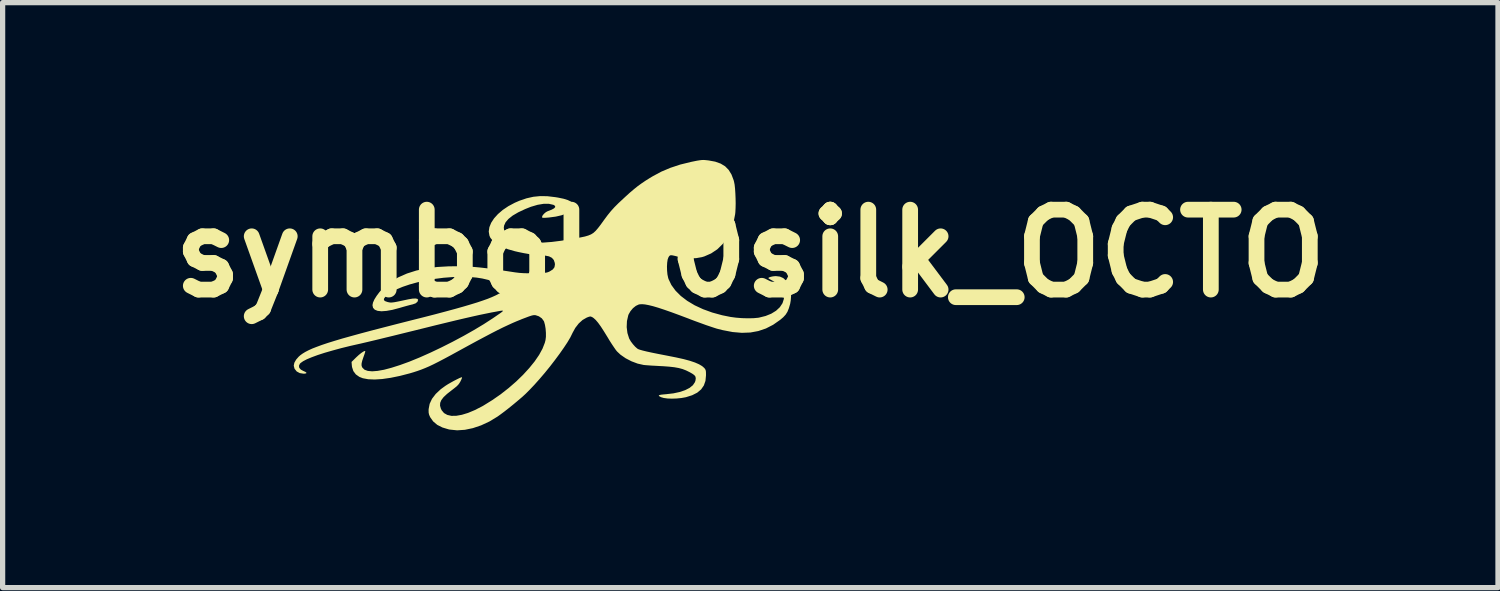
<source format=kicad_pcb>
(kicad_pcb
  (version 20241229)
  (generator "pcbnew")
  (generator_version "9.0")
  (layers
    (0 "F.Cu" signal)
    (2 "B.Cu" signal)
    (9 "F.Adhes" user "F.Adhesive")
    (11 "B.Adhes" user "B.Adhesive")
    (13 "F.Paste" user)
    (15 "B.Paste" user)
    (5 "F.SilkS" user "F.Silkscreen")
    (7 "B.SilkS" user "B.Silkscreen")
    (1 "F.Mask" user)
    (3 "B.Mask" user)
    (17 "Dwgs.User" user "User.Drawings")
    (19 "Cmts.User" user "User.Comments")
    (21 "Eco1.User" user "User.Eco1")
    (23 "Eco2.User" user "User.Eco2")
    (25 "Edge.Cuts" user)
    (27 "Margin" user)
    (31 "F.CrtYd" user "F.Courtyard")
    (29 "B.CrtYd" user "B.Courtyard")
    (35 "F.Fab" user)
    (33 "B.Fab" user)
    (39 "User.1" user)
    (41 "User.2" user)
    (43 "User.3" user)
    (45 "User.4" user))
  (footprint "symbol10silk_OCTO"
    (layer "F.Cu")
    (at 7.192 2.637)
    (property "Reference" "symbol10silk_OCTO" (at 4.064 -0.855 0) (layer "F.SilkS") (effects (font (size 1.524 1.524) (thickness 0.3))))
    (attr board_only exclude_from_pos_files exclude_from_bom)
    (fp_poly (pts (xy 3.223 -2.633) (xy 3.268 -2.628) (xy 3.394 -2.605) (xy 3.498 -2.568) (xy 3.583 -2.517) (xy 3.651 -2.448) (xy 3.705 -2.36) (xy 3.746 -2.252) (xy 3.754 -2.221) (xy 3.765 -2.166) (xy 3.773 -2.092) (xy 3.779 -2.003) (xy 3.783 -1.908) (xy 3.785 -1.811) (xy 3.783 -1.72) (xy 3.779 -1.641) (xy 3.775 -1.603) (xy 3.742 -1.436) (xy 3.69 -1.285) (xy 3.621 -1.149) (xy 3.535 -1.032) (xy 3.434 -0.933) (xy 3.317 -0.855) (xy 3.187 -0.798) (xy 3.14 -0.784) (xy 3.031 -0.765) (xy 2.911 -0.76) (xy 2.789 -0.771) (xy 2.692 -0.791) (xy 2.626 -0.808) (xy 2.58 -0.818) (xy 2.55 -0.821) (xy 2.53 -0.815) (xy 2.515 -0.8) (xy 2.503 -0.78) (xy 2.488 -0.739) (xy 2.479 -0.678) (xy 2.475 -0.606) (xy 2.477 -0.529) (xy 2.484 -0.454) (xy 2.498 -0.389) (xy 2.505 -0.366) (xy 2.559 -0.253) (xy 2.638 -0.145) (xy 2.739 -0.044) (xy 2.861 0.049) (xy 3.003 0.134) (xy 3.162 0.208) (xy 3.338 0.272) (xy 3.528 0.324) (xy 3.687 0.356) (xy 3.792 0.37) (xy 3.905 0.379) (xy 4.018 0.382) (xy 4.123 0.38) (xy 4.212 0.372) (xy 4.23 0.369) (xy 4.355 0.338) (xy 4.464 0.294) (xy 4.555 0.238) (xy 4.627 0.171) (xy 4.678 0.094) (xy 4.704 0.012) (xy 4.704 -0.06) (xy 4.681 -0.135) (xy 4.639 -0.207) (xy 4.58 -0.271) (xy 4.509 -0.323) (xy 4.494 -0.331) (xy 4.452 -0.354) (xy 4.421 -0.373) (xy 4.407 -0.384) (xy 4.407 -0.385) (xy 4.419 -0.396) (xy 4.45 -0.408) (xy 4.492 -0.417) (xy 4.538 -0.422) (xy 4.555 -0.422) (xy 4.629 -0.413) (xy 4.692 -0.385) (xy 4.747 -0.335) (xy 4.797 -0.262) (xy 4.81 -0.238) (xy 4.828 -0.185) (xy 4.838 -0.116) (xy 4.841 -0.038) (xy 4.835 0.041) (xy 4.824 0.106) (xy 4.799 0.191) (xy 4.772 0.258) (xy 4.738 0.312) (xy 4.692 0.362) (xy 4.633 0.412) (xy 4.5 0.505) (xy 4.362 0.576) (xy 4.217 0.625) (xy 4.065 0.653) (xy 3.902 0.659) (xy 3.727 0.644) (xy 3.539 0.608) (xy 3.424 0.579) (xy 3.374 0.563) (xy 3.305 0.54) (xy 3.219 0.511) (xy 3.123 0.476) (xy 3.021 0.439) (xy 2.917 0.4) (xy 2.89 0.389) (xy 2.712 0.322) (xy 2.557 0.265) (xy 2.422 0.218) (xy 2.307 0.18) (xy 2.209 0.151) (xy 2.127 0.131) (xy 2.059 0.118) (xy 2.004 0.113) (xy 1.959 0.115) (xy 1.937 0.119) (xy 1.882 0.145) (xy 1.827 0.189) (xy 1.779 0.246) (xy 1.744 0.307) (xy 1.737 0.325) (xy 1.712 0.435) (xy 1.707 0.55) (xy 1.721 0.663) (xy 1.753 0.764) (xy 1.757 0.773) (xy 1.786 0.823) (xy 1.826 0.876) (xy 1.869 0.924) (xy 1.909 0.959) (xy 1.925 0.969) (xy 1.957 0.981) (xy 2.013 0.997) (xy 2.091 1.016) (xy 2.188 1.037) (xy 2.301 1.06) (xy 2.43 1.085) (xy 2.481 1.095) (xy 2.648 1.128) (xy 2.792 1.16) (xy 2.911 1.192) (xy 3.009 1.225) (xy 3.087 1.259) (xy 3.146 1.294) (xy 3.185 1.328) (xy 3.202 1.349) (xy 3.213 1.372) (xy 3.218 1.402) (xy 3.219 1.449) (xy 3.219 1.471) (xy 3.209 1.575) (xy 3.178 1.663) (xy 3.126 1.738) (xy 3.052 1.8) (xy 2.955 1.849) (xy 2.835 1.887) (xy 2.834 1.887) (xy 2.75 1.902) (xy 2.66 1.911) (xy 2.569 1.914) (xy 2.485 1.911) (xy 2.413 1.901) (xy 2.362 1.886) (xy 2.33 1.869) (xy 2.318 1.857) (xy 2.328 1.847) (xy 2.359 1.839) (xy 2.415 1.833) (xy 2.461 1.829) (xy 2.598 1.813) (xy 2.719 1.787) (xy 2.822 1.752) (xy 2.906 1.709) (xy 2.969 1.658) (xy 3.008 1.6) (xy 3.019 1.567) (xy 3.024 1.526) (xy 3.018 1.494) (xy 2.997 1.466) (xy 2.958 1.438) (xy 2.907 1.409) (xy 2.84 1.376) (xy 2.773 1.35) (xy 2.699 1.33) (xy 2.615 1.315) (xy 2.516 1.304) (xy 2.396 1.295) (xy 2.349 1.293) (xy 2.265 1.288) (xy 2.185 1.284) (xy 2.117 1.279) (xy 2.064 1.275) (xy 2.032 1.272) (xy 1.916 1.246) (xy 1.799 1.202) (xy 1.687 1.144) (xy 1.589 1.076) (xy 1.523 1.014) (xy 1.498 0.983) (xy 1.464 0.934) (xy 1.423 0.873) (xy 1.379 0.804) (xy 1.345 0.747) (xy 1.274 0.632) (xy 1.214 0.539) (xy 1.162 0.467) (xy 1.117 0.414) (xy 1.077 0.378) (xy 1.059 0.365) (xy 1.033 0.352) (xy 1.013 0.347) (xy 0.989 0.352) (xy 0.951 0.366) (xy 0.944 0.369) (xy 0.866 0.414) (xy 0.793 0.48) (xy 0.727 0.565) (xy 0.673 0.663) (xy 0.67 0.67) (xy 0.632 0.747) (xy 0.577 0.84) (xy 0.508 0.944) (xy 0.428 1.058) (xy 0.339 1.178) (xy 0.245 1.3) (xy 0.146 1.422) (xy 0.046 1.539) (xy -0.053 1.65) (xy -0.148 1.75) (xy -0.219 1.821) (xy -0.283 1.88) (xy -0.362 1.947) (xy -0.449 2.02) (xy -0.538 2.092) (xy -0.625 2.16) (xy -0.703 2.218) (xy -0.756 2.256) (xy -0.911 2.35) (xy -1.068 2.423) (xy -1.225 2.476) (xy -1.378 2.508) (xy -1.526 2.518) (xy -1.664 2.504) (xy -1.686 2.5) (xy -1.806 2.464) (xy -1.905 2.414) (xy -1.983 2.348) (xy -2.039 2.269) (xy -2.041 2.265) (xy -2.06 2.222) (xy -2.069 2.182) (xy -2.07 2.134) (xy -2.069 2.112) (xy -2.05 2.013) (xy -2.005 1.917) (xy -1.934 1.824) (xy -1.838 1.734) (xy -1.75 1.67) (xy -1.7 1.638) (xy -1.644 1.606) (xy -1.586 1.574) (xy -1.531 1.546) (xy -1.484 1.523) (xy -1.45 1.509) (xy -1.432 1.506) (xy -1.432 1.506) (xy -1.434 1.52) (xy -1.446 1.55) (xy -1.462 1.584) (xy -1.482 1.618) (xy -1.505 1.649) (xy -1.537 1.681) (xy -1.583 1.718) (xy -1.631 1.755) (xy -1.719 1.824) (xy -1.784 1.885) (xy -1.827 1.941) (xy -1.849 1.994) (xy -1.852 2.047) (xy -1.837 2.101) (xy -1.821 2.135) (xy -1.776 2.189) (xy -1.714 2.224) (xy -1.636 2.242) (xy -1.543 2.241) (xy -1.436 2.222) (xy -1.318 2.186) (xy -1.189 2.132) (xy -1.05 2.061) (xy -1.022 2.045) (xy -0.856 1.942) (xy -0.696 1.831) (xy -0.543 1.711) (xy -0.4 1.587) (xy -0.269 1.46) (xy -0.151 1.331) (xy -0.048 1.204) (xy 0.037 1.08) (xy 0.102 0.961) (xy 0.146 0.849) (xy 0.159 0.798) (xy 0.167 0.735) (xy 0.167 0.659) (xy 0.161 0.581) (xy 0.149 0.508) (xy 0.133 0.449) (xy 0.127 0.435) (xy 0.089 0.383) (xy 0.033 0.344) (xy -0.029 0.323) (xy -0.051 0.321) (xy -0.076 0.323) (xy -0.109 0.331) (xy -0.155 0.346) (xy -0.216 0.369) (xy -0.298 0.4) (xy -0.306 0.404) (xy -0.388 0.437) (xy -0.472 0.473) (xy -0.559 0.513) (xy -0.653 0.557) (xy -0.756 0.608) (xy -0.871 0.667) (xy -0.998 0.734) (xy -1.141 0.81) (xy -1.303 0.898) (xy -1.484 0.997) (xy -1.504 1.008) (xy -1.648 1.087) (xy -1.773 1.154) (xy -1.88 1.21) (xy -1.975 1.258) (xy -2.059 1.298) (xy -2.136 1.331) (xy -2.209 1.36) (xy -2.282 1.386) (xy -2.356 1.41) (xy -2.426 1.431) (xy -2.619 1.481) (xy -2.795 1.517) (xy -2.955 1.54) (xy -3.098 1.549) (xy -3.221 1.544) (xy -3.324 1.525) (xy -3.39 1.499) (xy -3.457 1.452) (xy -3.505 1.388) (xy -3.53 1.311) (xy -3.533 1.287) (xy -3.539 1.214) (xy -3.453 1.129) (xy -3.402 1.082) (xy -3.355 1.044) (xy -3.315 1.017) (xy -3.288 1.005) (xy -3.277 1.007) (xy -3.279 1.021) (xy -3.288 1.053) (xy -3.304 1.099) (xy -3.312 1.121) (xy -3.335 1.189) (xy -3.347 1.239) (xy -3.349 1.277) (xy -3.341 1.307) (xy -3.331 1.325) (xy -3.291 1.363) (xy -3.229 1.385) (xy -3.147 1.393) (xy -3.044 1.385) (xy -2.92 1.363) (xy -2.777 1.325) (xy -2.614 1.273) (xy -2.432 1.207) (xy -2.428 1.205) (xy -2.237 1.127) (xy -2.033 1.036) (xy -1.823 0.936) (xy -1.611 0.829) (xy -1.403 0.718) (xy -1.205 0.606) (xy -1.02 0.495) (xy -0.855 0.388) (xy -0.844 0.381) (xy -0.767 0.328) (xy -0.71 0.289) (xy -0.673 0.262) (xy -0.654 0.245) (xy -0.654 0.237) (xy -0.671 0.236) (xy -0.703 0.24) (xy -0.752 0.249) (xy -0.773 0.253) (xy -0.871 0.271) (xy -0.979 0.293) (xy -1.1 0.318) (xy -1.234 0.348) (xy -1.383 0.382) (xy -1.549 0.421) (xy -1.735 0.466) (xy -1.941 0.516) (xy -2.17 0.573) (xy -2.311 0.608) (xy -2.462 0.645) (xy -2.612 0.682) (xy -2.757 0.718) (xy -2.894 0.751) (xy -3.02 0.782) (xy -3.133 0.809) (xy -3.229 0.832) (xy -3.306 0.85) (xy -3.361 0.863) (xy -3.366 0.864) (xy -3.557 0.907) (xy -3.736 0.951) (xy -3.901 0.996) (xy -4.05 1.039) (xy -4.183 1.082) (xy -4.297 1.124) (xy -4.391 1.163) (xy -4.462 1.2) (xy -4.51 1.234) (xy -4.524 1.248) (xy -4.542 1.288) (xy -4.536 1.326) (xy -4.505 1.361) (xy -4.46 1.385) (xy -4.417 1.405) (xy -4.398 1.421) (xy -4.405 1.432) (xy -4.438 1.438) (xy -4.455 1.438) (xy -4.526 1.427) (xy -4.584 1.396) (xy -4.624 1.346) (xy -4.627 1.34) (xy -4.641 1.286) (xy -4.63 1.23) (xy -4.596 1.17) (xy -4.547 1.114) (xy -4.513 1.084) (xy -4.471 1.054) (xy -4.42 1.023) (xy -4.36 0.992) (xy -4.288 0.959) (xy -4.203 0.926) (xy -4.105 0.89) (xy -3.992 0.852) (xy -3.863 0.812) (xy -3.716 0.768) (xy -3.551 0.722) (xy -3.366 0.671) (xy -3.16 0.616) (xy -2.932 0.557) (xy -2.68 0.492) (xy -2.428 0.428) (xy -2.178 0.365) (xy -1.952 0.307) (xy -1.749 0.253) (xy -1.568 0.204) (xy -1.408 0.159) (xy -1.266 0.117) (xy -1.142 0.079) (xy -1.035 0.043) (xy -0.942 0.01) (xy -0.863 -0.022) (xy -0.797 -0.052) (xy -0.78 -0.06) (xy -0.705 -0.101) (xy -0.655 -0.137) (xy -0.629 -0.167) (xy -0.627 -0.194) (xy -0.634 -0.205) (xy -0.664 -0.231) (xy -0.714 -0.261) (xy -0.776 -0.292) (xy -0.843 -0.32) (xy -0.911 -0.344) (xy -0.936 -0.351) (xy -1.047 -0.377) (xy -1.155 -0.394) (xy -1.268 -0.404) (xy -1.396 -0.409) (xy -1.443 -0.409) (xy -1.612 -0.404) (xy -1.784 -0.391) (xy -1.955 -0.369) (xy -2.121 -0.34) (xy -2.28 -0.305) (xy -2.429 -0.264) (xy -2.565 -0.218) (xy -2.685 -0.168) (xy -2.785 -0.114) (xy -2.864 -0.058) (xy -2.889 -0.034) (xy -2.918 0.003) (xy -2.923 0.031) (xy -2.904 0.053) (xy -2.86 0.069) (xy -2.842 0.074) (xy -2.821 0.078) (xy -2.803 0.081) (xy -2.784 0.082) (xy -2.76 0.08) (xy -2.727 0.076) (xy -2.683 0.068) (xy -2.623 0.056) (xy -2.543 0.039) (xy -2.454 0.02) (xy -2.379 0.007) (xy -2.322 0.004) (xy -2.285 0.011) (xy -2.27 0.027) (xy -2.27 0.03) (xy -2.282 0.067) (xy -2.318 0.097) (xy -2.376 0.117) (xy -2.385 0.119) (xy -2.427 0.129) (xy -2.486 0.145) (xy -2.555 0.164) (xy -2.626 0.185) (xy -2.63 0.186) (xy -2.761 0.221) (xy -2.874 0.241) (xy -2.968 0.248) (xy -3.042 0.24) (xy -3.096 0.218) (xy -3.129 0.182) (xy -3.14 0.132) (xy -3.14 0.132) (xy -3.13 0.082) (xy -3.103 0.021) (xy -3.06 -0.047) (xy -3.007 -0.118) (xy -2.947 -0.187) (xy -2.882 -0.249) (xy -2.816 -0.301) (xy -2.801 -0.312) (xy -2.646 -0.4) (xy -2.482 -0.472) (xy -2.306 -0.528) (xy -2.116 -0.569) (xy -1.909 -0.596) (xy -1.683 -0.609) (xy -1.557 -0.61) (xy -1.462 -0.609) (xy -1.372 -0.607) (xy -1.283 -0.603) (xy -1.191 -0.596) (xy -1.094 -0.587) (xy -0.988 -0.575) (xy -0.869 -0.56) (xy -0.734 -0.541) (xy -0.579 -0.518) (xy -0.422 -0.494) (xy -0.341 -0.484) (xy -0.252 -0.478) (xy -0.147 -0.476) (xy -0.053 -0.477) (xy 0.032 -0.479) (xy 0.095 -0.481) (xy 0.141 -0.485) (xy 0.175 -0.489) (xy 0.202 -0.496) (xy 0.227 -0.506) (xy 0.244 -0.515) (xy 0.299 -0.55) (xy 0.33 -0.592) (xy 0.339 -0.644) (xy 0.336 -0.674) (xy 0.317 -0.73) (xy 0.281 -0.771) (xy 0.226 -0.799) (xy 0.15 -0.814) (xy 0.069 -0.818) (xy 0.01 -0.821) (xy -0.069 -0.83) (xy -0.16 -0.844) (xy -0.258 -0.861) (xy -0.355 -0.881) (xy -0.425 -0.897) (xy -0.558 -0.935) (xy -0.673 -0.981) (xy -0.768 -1.034) (xy -0.841 -1.091) (xy -0.892 -1.153) (xy -0.91 -1.194) (xy -0.923 -1.272) (xy -0.911 -1.355) (xy -0.877 -1.439) (xy -0.822 -1.523) (xy -0.748 -1.605) (xy -0.656 -1.684) (xy -0.549 -1.756) (xy -0.427 -1.821) (xy -0.337 -1.86) (xy -0.202 -1.906) (xy -0.073 -1.935) (xy 0.057 -1.948) (xy 0.194 -1.946) (xy 0.345 -1.928) (xy 0.395 -1.92) (xy 0.502 -1.898) (xy 0.583 -1.873) (xy 0.641 -1.845) (xy 0.675 -1.812) (xy 0.687 -1.774) (xy 0.678 -1.73) (xy 0.66 -1.696) (xy 0.618 -1.652) (xy 0.553 -1.614) (xy 0.464 -1.582) (xy 0.355 -1.557) (xy 0.227 -1.54) (xy 0.201 -1.538) (xy 0.147 -1.534) (xy 0.114 -1.534) (xy 0.097 -1.538) (xy 0.092 -1.547) (xy 0.092 -1.548) (xy 0.103 -1.578) (xy 0.131 -1.612) (xy 0.168 -1.643) (xy 0.207 -1.663) (xy 0.208 -1.663) (xy 0.276 -1.689) (xy 0.322 -1.714) (xy 0.344 -1.738) (xy 0.341 -1.761) (xy 0.314 -1.78) (xy 0.308 -1.782) (xy 0.224 -1.801) (xy 0.124 -1.801) (xy 0.009 -1.782) (xy -0.12 -1.744) (xy -0.228 -1.701) (xy -0.36 -1.639) (xy -0.466 -1.577) (xy -0.547 -1.513) (xy -0.602 -1.449) (xy -0.631 -1.385) (xy -0.636 -1.344) (xy -0.631 -1.305) (xy -0.615 -1.273) (xy -0.586 -1.239) (xy -0.547 -1.206) (xy -0.497 -1.172) (xy -0.456 -1.149) (xy -0.365 -1.112) (xy -0.264 -1.084) (xy -0.151 -1.066) (xy -0.024 -1.059) (xy 0.119 -1.062) (xy 0.279 -1.074) (xy 0.46 -1.097) (xy 0.662 -1.13) (xy 0.725 -1.141) (xy 0.827 -1.16) (xy 0.909 -1.177) (xy 0.974 -1.196) (xy 1.027 -1.218) (xy 1.072 -1.246) (xy 1.115 -1.285) (xy 1.159 -1.336) (xy 1.21 -1.402) (xy 1.271 -1.487) (xy 1.274 -1.491) (xy 1.343 -1.584) (xy 1.407 -1.663) (xy 1.473 -1.736) (xy 1.549 -1.812) (xy 1.58 -1.841) (xy 1.681 -1.935) (xy 1.768 -2.014) (xy 1.846 -2.08) (xy 1.918 -2.138) (xy 1.99 -2.19) (xy 2.065 -2.241) (xy 2.148 -2.293) (xy 2.205 -2.327) (xy 2.367 -2.414) (xy 2.54 -2.487) (xy 2.727 -2.549) (xy 2.935 -2.6) (xy 2.969 -2.607) (xy 3.042 -2.622) (xy 3.097 -2.631) (xy 3.141 -2.636) (xy 3.18 -2.637)) (stroke (width 0) (type solid)) (fill yes) (layer "F.SilkS")))
  (gr_rect
    (start -3 -3)
    (end 25.512 8.154)
    (stroke (width 0.1) (type default))
    (fill no)
    (layer "Edge.Cuts")))
</source>
